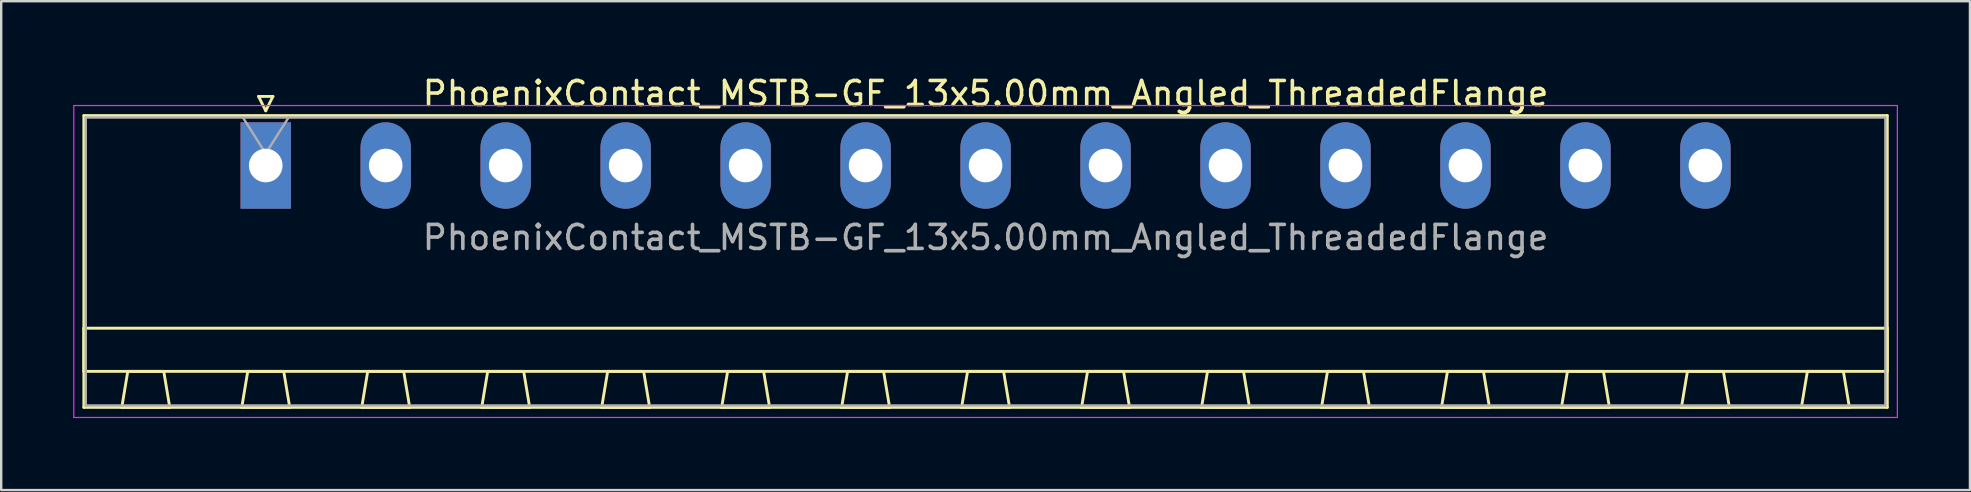
<source format=kicad_pcb>
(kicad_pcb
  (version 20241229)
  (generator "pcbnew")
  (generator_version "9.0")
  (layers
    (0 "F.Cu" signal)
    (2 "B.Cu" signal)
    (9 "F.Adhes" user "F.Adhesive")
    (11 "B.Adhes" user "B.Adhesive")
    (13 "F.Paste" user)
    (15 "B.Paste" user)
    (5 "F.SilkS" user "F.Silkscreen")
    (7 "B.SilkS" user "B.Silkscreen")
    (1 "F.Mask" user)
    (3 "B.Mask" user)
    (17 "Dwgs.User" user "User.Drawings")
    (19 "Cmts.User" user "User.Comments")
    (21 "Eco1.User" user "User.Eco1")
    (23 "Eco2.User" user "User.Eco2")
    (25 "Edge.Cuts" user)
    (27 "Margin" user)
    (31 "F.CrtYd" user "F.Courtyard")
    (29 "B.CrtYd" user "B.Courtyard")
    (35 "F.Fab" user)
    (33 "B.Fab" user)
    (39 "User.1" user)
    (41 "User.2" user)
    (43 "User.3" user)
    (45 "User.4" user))
  (footprint "PhoenixContact_MSTB-GF_13x5.00mm_Angled_ThreadedFlange"
    (layer "F.Cu")
    (at 8.025 3.848)
    (property "Reference" "PhoenixContact_MSTB-GF_13x5.00mm_Angled_ThreadedFlange" (at 30 -3 0) (layer "F.SilkS") (effects (font (size 1 1) (thickness 0.15))))
    (attr through_hole)
    (fp_line (start -7.58 -2.08) (end -7.58 10.08) (stroke (width 0.12) (type solid)) (layer "F.SilkS"))
    (fp_line (start -7.58 6.78) (end 67.58 6.78) (stroke (width 0.12) (type solid)) (layer "F.SilkS"))
    (fp_line (start -7.58 8.58) (end -7.58 6.78) (stroke (width 0.12) (type solid)) (layer "F.SilkS"))
    (fp_line (start -7.58 10.08) (end 67.58 10.08) (stroke (width 0.12) (type solid)) (layer "F.SilkS"))
    (fp_line (start -6 10.08) (end -4 10.08) (stroke (width 0.12) (type solid)) (layer "F.SilkS"))
    (fp_line (start -5.75 8.58) (end -6 10.08) (stroke (width 0.12) (type solid)) (layer "F.SilkS"))
    (fp_line (start -4.25 8.58) (end -5.75 8.58) (stroke (width 0.12) (type solid)) (layer "F.SilkS"))
    (fp_line (start -4 10.08) (end -4.25 8.58) (stroke (width 0.12) (type solid)) (layer "F.SilkS"))
    (fp_line (start -1 10.08) (end 1 10.08) (stroke (width 0.12) (type solid)) (layer "F.SilkS"))
    (fp_line (start -0.75 8.58) (end -1 10.08) (stroke (width 0.12) (type solid)) (layer "F.SilkS"))
    (fp_line (start -0.3 -2.88) (end 0.3 -2.88) (stroke (width 0.12) (type solid)) (layer "F.SilkS"))
    (fp_line (start 0 -2.28) (end -0.3 -2.88) (stroke (width 0.12) (type solid)) (layer "F.SilkS"))
    (fp_line (start 0.3 -2.88) (end 0 -2.28) (stroke (width 0.12) (type solid)) (layer "F.SilkS"))
    (fp_line (start 0.75 8.58) (end -0.75 8.58) (stroke (width 0.12) (type solid)) (layer "F.SilkS"))
    (fp_line (start 1 10.08) (end 0.75 8.58) (stroke (width 0.12) (type solid)) (layer "F.SilkS"))
    (fp_line (start 4 10.08) (end 6 10.08) (stroke (width 0.12) (type solid)) (layer "F.SilkS"))
    (fp_line (start 4.25 8.58) (end 4 10.08) (stroke (width 0.12) (type solid)) (layer "F.SilkS"))
    (fp_line (start 5.75 8.58) (end 4.25 8.58) (stroke (width 0.12) (type solid)) (layer "F.SilkS"))
    (fp_line (start 6 10.08) (end 5.75 8.58) (stroke (width 0.12) (type solid)) (layer "F.SilkS"))
    (fp_line (start 9 10.08) (end 11 10.08) (stroke (width 0.12) (type solid)) (layer "F.SilkS"))
    (fp_line (start 9.25 8.58) (end 9 10.08) (stroke (width 0.12) (type solid)) (layer "F.SilkS"))
    (fp_line (start 10.75 8.58) (end 9.25 8.58) (stroke (width 0.12) (type solid)) (layer "F.SilkS"))
    (fp_line (start 11 10.08) (end 10.75 8.58) (stroke (width 0.12) (type solid)) (layer "F.SilkS"))
    (fp_line (start 14 10.08) (end 16 10.08) (stroke (width 0.12) (type solid)) (layer "F.SilkS"))
    (fp_line (start 14.25 8.58) (end 14 10.08) (stroke (width 0.12) (type solid)) (layer "F.SilkS"))
    (fp_line (start 15.75 8.58) (end 14.25 8.58) (stroke (width 0.12) (type solid)) (layer "F.SilkS"))
    (fp_line (start 16 10.08) (end 15.75 8.58) (stroke (width 0.12) (type solid)) (layer "F.SilkS"))
    (fp_line (start 19 10.08) (end 21 10.08) (stroke (width 0.12) (type solid)) (layer "F.SilkS"))
    (fp_line (start 19.25 8.58) (end 19 10.08) (stroke (width 0.12) (type solid)) (layer "F.SilkS"))
    (fp_line (start 20.75 8.58) (end 19.25 8.58) (stroke (width 0.12) (type solid)) (layer "F.SilkS"))
    (fp_line (start 21 10.08) (end 20.75 8.58) (stroke (width 0.12) (type solid)) (layer "F.SilkS"))
    (fp_line (start 24 10.08) (end 26 10.08) (stroke (width 0.12) (type solid)) (layer "F.SilkS"))
    (fp_line (start 24.25 8.58) (end 24 10.08) (stroke (width 0.12) (type solid)) (layer "F.SilkS"))
    (fp_line (start 25.75 8.58) (end 24.25 8.58) (stroke (width 0.12) (type solid)) (layer "F.SilkS"))
    (fp_line (start 26 10.08) (end 25.75 8.58) (stroke (width 0.12) (type solid)) (layer "F.SilkS"))
    (fp_line (start 29 10.08) (end 31 10.08) (stroke (width 0.12) (type solid)) (layer "F.SilkS"))
    (fp_line (start 29.25 8.58) (end 29 10.08) (stroke (width 0.12) (type solid)) (layer "F.SilkS"))
    (fp_line (start 30.75 8.58) (end 29.25 8.58) (stroke (width 0.12) (type solid)) (layer "F.SilkS"))
    (fp_line (start 31 10.08) (end 30.75 8.58) (stroke (width 0.12) (type solid)) (layer "F.SilkS"))
    (fp_line (start 34 10.08) (end 36 10.08) (stroke (width 0.12) (type solid)) (layer "F.SilkS"))
    (fp_line (start 34.25 8.58) (end 34 10.08) (stroke (width 0.12) (type solid)) (layer "F.SilkS"))
    (fp_line (start 35.75 8.58) (end 34.25 8.58) (stroke (width 0.12) (type solid)) (layer "F.SilkS"))
    (fp_line (start 36 10.08) (end 35.75 8.58) (stroke (width 0.12) (type solid)) (layer "F.SilkS"))
    (fp_line (start 39 10.08) (end 41 10.08) (stroke (width 0.12) (type solid)) (layer "F.SilkS"))
    (fp_line (start 39.25 8.58) (end 39 10.08) (stroke (width 0.12) (type solid)) (layer "F.SilkS"))
    (fp_line (start 40.75 8.58) (end 39.25 8.58) (stroke (width 0.12) (type solid)) (layer "F.SilkS"))
    (fp_line (start 41 10.08) (end 40.75 8.58) (stroke (width 0.12) (type solid)) (layer "F.SilkS"))
    (fp_line (start 44 10.08) (end 46 10.08) (stroke (width 0.12) (type solid)) (layer "F.SilkS"))
    (fp_line (start 44.25 8.58) (end 44 10.08) (stroke (width 0.12) (type solid)) (layer "F.SilkS"))
    (fp_line (start 45.75 8.58) (end 44.25 8.58) (stroke (width 0.12) (type solid)) (layer "F.SilkS"))
    (fp_line (start 46 10.08) (end 45.75 8.58) (stroke (width 0.12) (type solid)) (layer "F.SilkS"))
    (fp_line (start 49 10.08) (end 51 10.08) (stroke (width 0.12) (type solid)) (layer "F.SilkS"))
    (fp_line (start 49.25 8.58) (end 49 10.08) (stroke (width 0.12) (type solid)) (layer "F.SilkS"))
    (fp_line (start 50.75 8.58) (end 49.25 8.58) (stroke (width 0.12) (type solid)) (layer "F.SilkS"))
    (fp_line (start 51 10.08) (end 50.75 8.58) (stroke (width 0.12) (type solid)) (layer "F.SilkS"))
    (fp_line (start 54 10.08) (end 56 10.08) (stroke (width 0.12) (type solid)) (layer "F.SilkS"))
    (fp_line (start 54.25 8.58) (end 54 10.08) (stroke (width 0.12) (type solid)) (layer "F.SilkS"))
    (fp_line (start 55.75 8.58) (end 54.25 8.58) (stroke (width 0.12) (type solid)) (layer "F.SilkS"))
    (fp_line (start 56 10.08) (end 55.75 8.58) (stroke (width 0.12) (type solid)) (layer "F.SilkS"))
    (fp_line (start 59 10.08) (end 61 10.08) (stroke (width 0.12) (type solid)) (layer "F.SilkS"))
    (fp_line (start 59.25 8.58) (end 59 10.08) (stroke (width 0.12) (type solid)) (layer "F.SilkS"))
    (fp_line (start 60.75 8.58) (end 59.25 8.58) (stroke (width 0.12) (type solid)) (layer "F.SilkS"))
    (fp_line (start 61 10.08) (end 60.75 8.58) (stroke (width 0.12) (type solid)) (layer "F.SilkS"))
    (fp_line (start 64 10.08) (end 66 10.08) (stroke (width 0.12) (type solid)) (layer "F.SilkS"))
    (fp_line (start 64.25 8.58) (end 64 10.08) (stroke (width 0.12) (type solid)) (layer "F.SilkS"))
    (fp_line (start 65.75 8.58) (end 64.25 8.58) (stroke (width 0.12) (type solid)) (layer "F.SilkS"))
    (fp_line (start 66 10.08) (end 65.75 8.58) (stroke (width 0.12) (type solid)) (layer "F.SilkS"))
    (fp_line (start 67.58 -2.08) (end -7.58 -2.08) (stroke (width 0.12) (type solid)) (layer "F.SilkS"))
    (fp_line (start 67.58 6.78) (end 67.58 8.58) (stroke (width 0.12) (type solid)) (layer "F.SilkS"))
    (fp_line (start 67.58 8.58) (end -7.58 8.58) (stroke (width 0.12) (type solid)) (layer "F.SilkS"))
    (fp_line (start 67.58 10.08) (end 67.58 -2.08) (stroke (width 0.12) (type solid)) (layer "F.SilkS"))
    (fp_line (start -8 -2.5) (end -8 10.5) (stroke (width 0.05) (type solid)) (layer "F.CrtYd"))
    (fp_line (start -8 10.5) (end 68 10.5) (stroke (width 0.05) (type solid)) (layer "F.CrtYd"))
    (fp_line (start 68 -2.5) (end -8 -2.5) (stroke (width 0.05) (type solid)) (layer "F.CrtYd"))
    (fp_line (start 68 10.5) (end 68 -2.5) (stroke (width 0.05) (type solid)) (layer "F.CrtYd"))
    (fp_line (start -7.5 -2) (end -7.5 10) (stroke (width 0.1) (type solid)) (layer "F.Fab"))
    (fp_line (start -7.5 10) (end 67.5 10) (stroke (width 0.1) (type solid)) (layer "F.Fab"))
    (fp_line (start 0 -0.5) (end -0.95 -2) (stroke (width 0.1) (type solid)) (layer "F.Fab"))
    (fp_line (start 0.95 -2) (end 0 -0.5) (stroke (width 0.1) (type solid)) (layer "F.Fab"))
    (fp_line (start 67.5 -2) (end -7.5 -2) (stroke (width 0.1) (type solid)) (layer "F.Fab"))
    (fp_line (start 67.5 10) (end 67.5 -2) (stroke (width 0.1) (type solid)) (layer "F.Fab"))
    (fp_text user "${REFERENCE}" (at 30 3 0) (layer "F.Fab") (effects (font (size 1 1) (thickness 0.15))))
    (pad "1" thru_hole rect (at 0 0) (size 2.1 3.6) (drill 1.4) (layers "*.Cu" "*.Mask"))
    (pad "2" thru_hole oval (at 5 0) (size 2.1 3.6) (drill 1.4) (layers "*.Cu" "*.Mask"))
    (pad "3" thru_hole oval (at 10 0) (size 2.1 3.6) (drill 1.4) (layers "*.Cu" "*.Mask"))
    (pad "4" thru_hole oval (at 15 0) (size 2.1 3.6) (drill 1.4) (layers "*.Cu" "*.Mask"))
    (pad "5" thru_hole oval (at 20 0) (size 2.1 3.6) (drill 1.4) (layers "*.Cu" "*.Mask"))
    (pad "6" thru_hole oval (at 25 0) (size 2.1 3.6) (drill 1.4) (layers "*.Cu" "*.Mask"))
    (pad "7" thru_hole oval (at 30 0) (size 2.1 3.6) (drill 1.4) (layers "*.Cu" "*.Mask"))
    (pad "8" thru_hole oval (at 35 0) (size 2.1 3.6) (drill 1.4) (layers "*.Cu" "*.Mask"))
    (pad "9" thru_hole oval (at 40 0) (size 2.1 3.6) (drill 1.4) (layers "*.Cu" "*.Mask"))
    (pad "10" thru_hole oval (at 45 0) (size 2.1 3.6) (drill 1.4) (layers "*.Cu" "*.Mask"))
    (pad "11" thru_hole oval (at 50 0) (size 2.1 3.6) (drill 1.4) (layers "*.Cu" "*.Mask"))
    (pad "12" thru_hole oval (at 55 0) (size 2.1 3.6) (drill 1.4) (layers "*.Cu" "*.Mask"))
    (pad "13" thru_hole oval (at 60 0) (size 2.1 3.6) (drill 1.4) (layers "*.Cu" "*.Mask")))
  (gr_rect
    (start -3 -3)
    (end 79.05 17.373)
    (stroke (width 0.1) (type default))
    (fill no)
    (layer "Edge.Cuts")))
</source>
